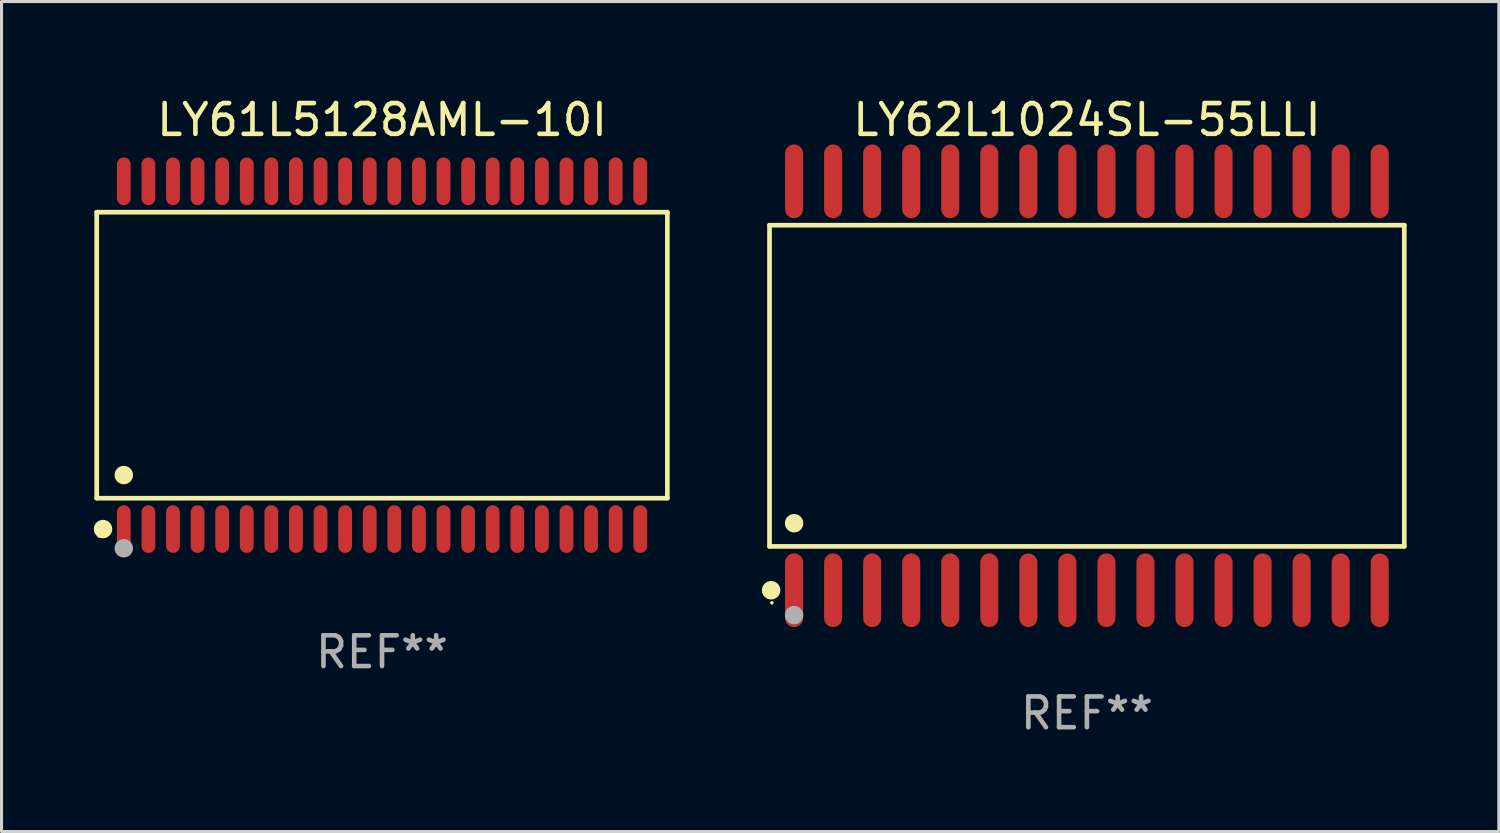
<source format=kicad_pcb>
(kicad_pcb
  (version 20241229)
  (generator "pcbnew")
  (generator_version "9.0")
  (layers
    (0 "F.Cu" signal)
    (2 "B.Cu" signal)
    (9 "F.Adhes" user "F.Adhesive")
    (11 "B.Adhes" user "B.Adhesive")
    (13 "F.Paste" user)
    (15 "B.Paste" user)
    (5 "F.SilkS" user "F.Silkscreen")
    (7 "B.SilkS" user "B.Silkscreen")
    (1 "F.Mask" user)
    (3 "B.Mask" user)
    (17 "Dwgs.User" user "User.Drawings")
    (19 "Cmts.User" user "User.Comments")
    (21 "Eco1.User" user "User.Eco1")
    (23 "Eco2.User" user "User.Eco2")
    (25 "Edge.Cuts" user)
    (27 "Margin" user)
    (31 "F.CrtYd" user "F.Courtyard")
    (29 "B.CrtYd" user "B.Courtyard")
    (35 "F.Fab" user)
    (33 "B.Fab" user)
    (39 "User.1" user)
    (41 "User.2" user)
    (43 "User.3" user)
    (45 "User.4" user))
  (footprint "LY62L1024SL-55LLI"
    (layer "F.Cu")
    (at 32.306 9.499)
    (property "Reference" "LY62L1024SL-55LLI" (at 0 -8.651 0) (layer "F.SilkS") (effects (font (size 1 1) (thickness 0.15))))
    (attr through_hole)
    (fp_line (start -10.324 -5.224) (end 10.324 -5.224) (stroke (width 0.152) (type solid)) (layer "F.SilkS"))
    (fp_line (start -10.324 5.224) (end -10.324 -5.224) (stroke (width 0.152) (type solid)) (layer "F.SilkS"))
    (fp_line (start 10.324 -5.224) (end 10.324 5.224) (stroke (width 0.152) (type solid)) (layer "F.SilkS"))
    (fp_line (start 10.324 5.224) (end -10.324 5.224) (stroke (width 0.152) (type solid)) (layer "F.SilkS"))
    (fp_circle (center -10.272 6.651) (end -10.121 6.651) (stroke (width 0.3) (type solid)) (fill no) (layer "F.SilkS"))
    (fp_circle (center -10.247 7.06) (end -10.217 7.06) (stroke (width 0.06) (type solid)) (fill no) (layer "F.SilkS"))
    (fp_circle (center -9.525 4.471) (end -9.375 4.471) (stroke (width 0.3) (type solid)) (fill no) (layer "F.SilkS"))
    (fp_circle (center -9.525 7.46) (end -9.375 7.46) (stroke (width 0.3) (type solid)) (fill no) (layer "F.Fab"))
    (fp_text user "REF**" (at 0 10.651 0) (layer "F.Fab") (effects (font (size 1 1) (thickness 0.15))))
    (pad "1" smd oval (at -9.525 6.651) (size 0.588 2.396) (layers "F.Cu" "F.Mask" "F.Paste"))
    (pad "2" smd oval (at -8.255 6.651) (size 0.588 2.396) (layers "F.Cu" "F.Mask" "F.Paste"))
    (pad "3" smd oval (at -6.985 6.651) (size 0.588 2.396) (layers "F.Cu" "F.Mask" "F.Paste"))
    (pad "4" smd oval (at -5.715 6.651) (size 0.588 2.396) (layers "F.Cu" "F.Mask" "F.Paste"))
    (pad "5" smd oval (at -4.445 6.651) (size 0.588 2.396) (layers "F.Cu" "F.Mask" "F.Paste"))
    (pad "6" smd oval (at -3.175 6.651) (size 0.588 2.396) (layers "F.Cu" "F.Mask" "F.Paste"))
    (pad "7" smd oval (at -1.905 6.651) (size 0.588 2.396) (layers "F.Cu" "F.Mask" "F.Paste"))
    (pad "8" smd oval (at -0.635 6.651) (size 0.588 2.396) (layers "F.Cu" "F.Mask" "F.Paste"))
    (pad "9" smd oval (at 0.635 6.651) (size 0.588 2.396) (layers "F.Cu" "F.Mask" "F.Paste"))
    (pad "10" smd oval (at 1.905 6.651) (size 0.588 2.396) (layers "F.Cu" "F.Mask" "F.Paste"))
    (pad "11" smd oval (at 3.175 6.651) (size 0.588 2.396) (layers "F.Cu" "F.Mask" "F.Paste"))
    (pad "12" smd oval (at 4.445 6.651) (size 0.588 2.396) (layers "F.Cu" "F.Mask" "F.Paste"))
    (pad "13" smd oval (at 5.715 6.651) (size 0.588 2.396) (layers "F.Cu" "F.Mask" "F.Paste"))
    (pad "14" smd oval (at 6.985 6.651) (size 0.588 2.396) (layers "F.Cu" "F.Mask" "F.Paste"))
    (pad "15" smd oval (at 8.255 6.651) (size 0.588 2.396) (layers "F.Cu" "F.Mask" "F.Paste"))
    (pad "16" smd oval (at 9.525 6.651) (size 0.588 2.396) (layers "F.Cu" "F.Mask" "F.Paste"))
    (pad "17" smd oval (at 9.525 -6.651) (size 0.588 2.396) (layers "F.Cu" "F.Mask" "F.Paste"))
    (pad "18" smd oval (at 8.255 -6.651) (size 0.588 2.396) (layers "F.Cu" "F.Mask" "F.Paste"))
    (pad "19" smd oval (at 6.985 -6.651) (size 0.588 2.396) (layers "F.Cu" "F.Mask" "F.Paste"))
    (pad "20" smd oval (at 5.715 -6.651) (size 0.588 2.396) (layers "F.Cu" "F.Mask" "F.Paste"))
    (pad "21" smd oval (at 4.445 -6.651) (size 0.588 2.396) (layers "F.Cu" "F.Mask" "F.Paste"))
    (pad "22" smd oval (at 3.175 -6.651) (size 0.588 2.396) (layers "F.Cu" "F.Mask" "F.Paste"))
    (pad "23" smd oval (at 1.905 -6.651) (size 0.588 2.396) (layers "F.Cu" "F.Mask" "F.Paste"))
    (pad "24" smd oval (at 0.635 -6.651) (size 0.588 2.396) (layers "F.Cu" "F.Mask" "F.Paste"))
    (pad "25" smd oval (at -0.635 -6.651) (size 0.588 2.396) (layers "F.Cu" "F.Mask" "F.Paste"))
    (pad "26" smd oval (at -1.905 -6.651) (size 0.588 2.396) (layers "F.Cu" "F.Mask" "F.Paste"))
    (pad "27" smd oval (at -3.175 -6.651) (size 0.588 2.396) (layers "F.Cu" "F.Mask" "F.Paste"))
    (pad "28" smd oval (at -4.445 -6.651) (size 0.588 2.396) (layers "F.Cu" "F.Mask" "F.Paste"))
    (pad "29" smd oval (at -5.715 -6.651) (size 0.588 2.396) (layers "F.Cu" "F.Mask" "F.Paste"))
    (pad "30" smd oval (at -6.985 -6.651) (size 0.588 2.396) (layers "F.Cu" "F.Mask" "F.Paste"))
    (pad "31" smd oval (at -8.255 -6.651) (size 0.588 2.396) (layers "F.Cu" "F.Mask" "F.Paste"))
    (pad "32" smd oval (at -9.525 -6.651) (size 0.588 2.396) (layers "F.Cu" "F.Mask" "F.Paste")))
  (footprint "LY61L5128AML-10I"
    (layer "F.Cu")
    (at 9.377 8.504)
    (property "Reference" "LY61L5128AML-10I" (at 0 -7.656 0) (layer "F.SilkS") (effects (font (size 1 1) (thickness 0.15))))
    (attr through_hole)
    (fp_line (start -9.281 -4.651) (end 9.281 -4.651) (stroke (width 0.152) (type solid)) (layer "F.SilkS"))
    (fp_line (start -9.281 4.651) (end -9.281 -4.651) (stroke (width 0.152) (type solid)) (layer "F.SilkS"))
    (fp_line (start 9.281 -4.651) (end 9.281 4.651) (stroke (width 0.152) (type solid)) (layer "F.SilkS"))
    (fp_line (start 9.281 4.651) (end -9.281 4.651) (stroke (width 0.152) (type solid)) (layer "F.SilkS"))
    (fp_circle (center -9.205 5.88) (end -9.175 5.88) (stroke (width 0.06) (type solid)) (fill no) (layer "F.SilkS"))
    (fp_circle (center -9.076 5.656) (end -8.926 5.656) (stroke (width 0.3) (type solid)) (fill no) (layer "F.SilkS"))
    (fp_circle (center -8.4 3.899) (end -8.25 3.899) (stroke (width 0.3) (type solid)) (fill no) (layer "F.SilkS"))
    (fp_circle (center -8.4 6.28) (end -8.25 6.28) (stroke (width 0.3) (type solid)) (fill no) (layer "F.Fab"))
    (fp_text user "REF**" (at 0 9.656 0) (layer "F.Fab") (effects (font (size 1 1) (thickness 0.15))))
    (pad "1" smd oval (at -8.4 5.656) (size 0.448 1.551) (layers "F.Cu" "F.Mask" "F.Paste"))
    (pad "2" smd oval (at -7.6 5.656) (size 0.448 1.551) (layers "F.Cu" "F.Mask" "F.Paste"))
    (pad "3" smd oval (at -6.8 5.656) (size 0.448 1.551) (layers "F.Cu" "F.Mask" "F.Paste"))
    (pad "4" smd oval (at -6 5.656) (size 0.448 1.551) (layers "F.Cu" "F.Mask" "F.Paste"))
    (pad "5" smd oval (at -5.2 5.656) (size 0.448 1.551) (layers "F.Cu" "F.Mask" "F.Paste"))
    (pad "6" smd oval (at -4.4 5.656) (size 0.448 1.551) (layers "F.Cu" "F.Mask" "F.Paste"))
    (pad "7" smd oval (at -3.6 5.656) (size 0.448 1.551) (layers "F.Cu" "F.Mask" "F.Paste"))
    (pad "8" smd oval (at -2.8 5.656) (size 0.448 1.551) (layers "F.Cu" "F.Mask" "F.Paste"))
    (pad "9" smd oval (at -2 5.656) (size 0.448 1.551) (layers "F.Cu" "F.Mask" "F.Paste"))
    (pad "10" smd oval (at -1.2 5.656) (size 0.448 1.551) (layers "F.Cu" "F.Mask" "F.Paste"))
    (pad "11" smd oval (at -0.4 5.656) (size 0.448 1.551) (layers "F.Cu" "F.Mask" "F.Paste"))
    (pad "12" smd oval (at 0.4 5.656) (size 0.448 1.551) (layers "F.Cu" "F.Mask" "F.Paste"))
    (pad "13" smd oval (at 1.2 5.656) (size 0.448 1.551) (layers "F.Cu" "F.Mask" "F.Paste"))
    (pad "14" smd oval (at 2 5.656) (size 0.448 1.551) (layers "F.Cu" "F.Mask" "F.Paste"))
    (pad "15" smd oval (at 2.8 5.656) (size 0.448 1.551) (layers "F.Cu" "F.Mask" "F.Paste"))
    (pad "16" smd oval (at 3.6 5.656) (size 0.448 1.551) (layers "F.Cu" "F.Mask" "F.Paste"))
    (pad "17" smd oval (at 4.4 5.656) (size 0.448 1.551) (layers "F.Cu" "F.Mask" "F.Paste"))
    (pad "18" smd oval (at 5.2 5.656) (size 0.448 1.551) (layers "F.Cu" "F.Mask" "F.Paste"))
    (pad "19" smd oval (at 6 5.656) (size 0.448 1.551) (layers "F.Cu" "F.Mask" "F.Paste"))
    (pad "20" smd oval (at 6.8 5.656) (size 0.448 1.551) (layers "F.Cu" "F.Mask" "F.Paste"))
    (pad "21" smd oval (at 7.6 5.656) (size 0.448 1.551) (layers "F.Cu" "F.Mask" "F.Paste"))
    (pad "22" smd oval (at 8.4 5.656) (size 0.448 1.551) (layers "F.Cu" "F.Mask" "F.Paste"))
    (pad "23" smd oval (at 8.4 -5.656) (size 0.448 1.551) (layers "F.Cu" "F.Mask" "F.Paste"))
    (pad "24" smd oval (at 7.6 -5.656) (size 0.448 1.551) (layers "F.Cu" "F.Mask" "F.Paste"))
    (pad "25" smd oval (at 6.8 -5.656) (size 0.448 1.551) (layers "F.Cu" "F.Mask" "F.Paste"))
    (pad "26" smd oval (at 6 -5.656) (size 0.448 1.551) (layers "F.Cu" "F.Mask" "F.Paste"))
    (pad "27" smd oval (at 5.2 -5.656) (size 0.448 1.551) (layers "F.Cu" "F.Mask" "F.Paste"))
    (pad "28" smd oval (at 4.4 -5.656) (size 0.448 1.551) (layers "F.Cu" "F.Mask" "F.Paste"))
    (pad "29" smd oval (at 3.6 -5.656) (size 0.448 1.551) (layers "F.Cu" "F.Mask" "F.Paste"))
    (pad "30" smd oval (at 2.8 -5.656) (size 0.448 1.551) (layers "F.Cu" "F.Mask" "F.Paste"))
    (pad "31" smd oval (at 2 -5.656) (size 0.448 1.551) (layers "F.Cu" "F.Mask" "F.Paste"))
    (pad "32" smd oval (at 1.2 -5.656) (size 0.448 1.551) (layers "F.Cu" "F.Mask" "F.Paste"))
    (pad "33" smd oval (at 0.4 -5.656) (size 0.448 1.551) (layers "F.Cu" "F.Mask" "F.Paste"))
    (pad "34" smd oval (at -0.4 -5.656) (size 0.448 1.551) (layers "F.Cu" "F.Mask" "F.Paste"))
    (pad "35" smd oval (at -1.2 -5.656) (size 0.448 1.551) (layers "F.Cu" "F.Mask" "F.Paste"))
    (pad "36" smd oval (at -2 -5.656) (size 0.448 1.551) (layers "F.Cu" "F.Mask" "F.Paste"))
    (pad "37" smd oval (at -2.8 -5.656) (size 0.448 1.551) (layers "F.Cu" "F.Mask" "F.Paste"))
    (pad "38" smd oval (at -3.6 -5.656) (size 0.448 1.551) (layers "F.Cu" "F.Mask" "F.Paste"))
    (pad "39" smd oval (at -4.4 -5.656) (size 0.448 1.551) (layers "F.Cu" "F.Mask" "F.Paste"))
    (pad "40" smd oval (at -5.2 -5.656) (size 0.448 1.551) (layers "F.Cu" "F.Mask" "F.Paste"))
    (pad "41" smd oval (at -6 -5.656) (size 0.448 1.551) (layers "F.Cu" "F.Mask" "F.Paste"))
    (pad "42" smd oval (at -6.8 -5.656) (size 0.448 1.551) (layers "F.Cu" "F.Mask" "F.Paste"))
    (pad "43" smd oval (at -7.6 -5.656) (size 0.448 1.551) (layers "F.Cu" "F.Mask" "F.Paste"))
    (pad "44" smd oval (at -8.4 -5.656) (size 0.448 1.551) (layers "F.Cu" "F.Mask" "F.Paste")))
  (gr_rect
    (start -3 -3)
    (end 45.706 23.998)
    (stroke (width 0.1) (type default))
    (fill no)
    (layer "Edge.Cuts")))
</source>
